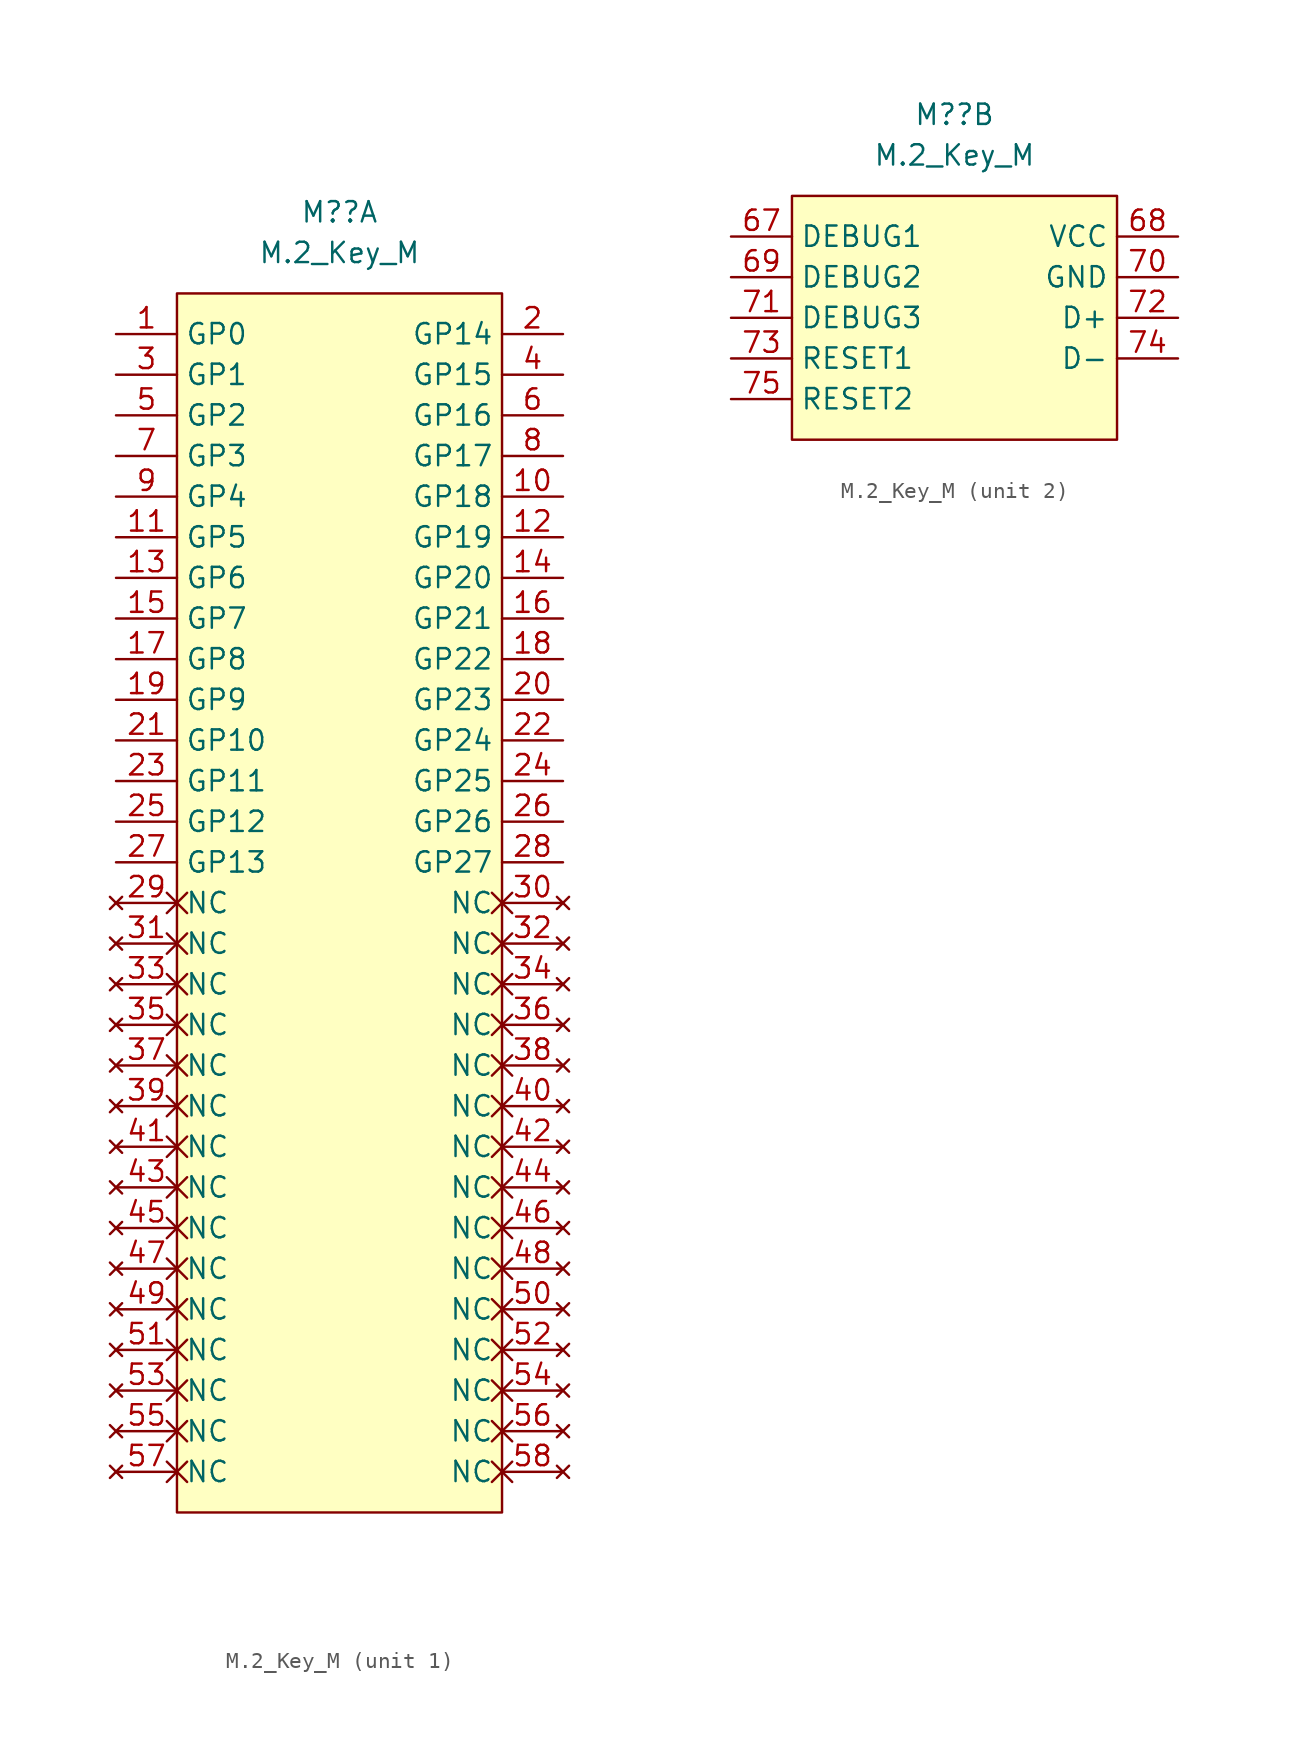
<source format=kicad_sym>
(kicad_symbol_lib
  (version 20211014)
  (generator kicad_symbol_editor)
  (symbol "M.2_Key_M"
    (property "Reference" "M?"
      (at 0 5.08 0)
      (effects (font (size 1.27 1.27))))
    (property "Value" "M.2_Key_M"
      (at 0 2.54 0)
      (effects (font (size 1.27 1.27))))
    (symbol "M.2_Key_M_1_1"
      (rectangle (start -10.16 0) (end 10.16 -76.2) (stroke (width 0.152) (type default) (color 0 0 0 0)) (fill (type background)))
      (pin passive line (at -13.97 -2.54 0) (length 3.81) (name "GP0" (effects (font (size 1.27 1.27)))) (number "1" (effects (font (size 1.27 1.27)))))
      (pin passive line (at 13.97 -12.7 180) (length 3.81) (name "GP18" (effects (font (size 1.27 1.27)))) (number "10" (effects (font (size 1.27 1.27)))))
      (pin passive line (at -13.97 -15.24 0) (length 3.81) (name "GP5" (effects (font (size 1.27 1.27)))) (number "11" (effects (font (size 1.27 1.27)))))
      (pin passive line (at 13.97 -15.24 180) (length 3.81) (name "GP19" (effects (font (size 1.27 1.27)))) (number "12" (effects (font (size 1.27 1.27)))))
      (pin passive line (at -13.97 -17.78 0) (length 3.81) (name "GP6" (effects (font (size 1.27 1.27)))) (number "13" (effects (font (size 1.27 1.27)))))
      (pin passive line (at 13.97 -17.78 180) (length 3.81) (name "GP20" (effects (font (size 1.27 1.27)))) (number "14" (effects (font (size 1.27 1.27)))))
      (pin passive line (at -13.97 -20.32 0) (length 3.81) (name "GP7" (effects (font (size 1.27 1.27)))) (number "15" (effects (font (size 1.27 1.27)))))
      (pin passive line (at 13.97 -20.32 180) (length 3.81) (name "GP21" (effects (font (size 1.27 1.27)))) (number "16" (effects (font (size 1.27 1.27)))))
      (pin passive line (at -13.97 -22.86 0) (length 3.81) (name "GP8" (effects (font (size 1.27 1.27)))) (number "17" (effects (font (size 1.27 1.27)))))
      (pin passive line (at 13.97 -22.86 180) (length 3.81) (name "GP22" (effects (font (size 1.27 1.27)))) (number "18" (effects (font (size 1.27 1.27)))))
      (pin passive line (at -13.97 -25.4 0) (length 3.81) (name "GP9" (effects (font (size 1.27 1.27)))) (number "19" (effects (font (size 1.27 1.27)))))
      (pin passive line (at 13.97 -2.54 180) (length 3.81) (name "GP14" (effects (font (size 1.27 1.27)))) (number "2" (effects (font (size 1.27 1.27)))))
      (pin passive line (at 13.97 -25.4 180) (length 3.81) (name "GP23" (effects (font (size 1.27 1.27)))) (number "20" (effects (font (size 1.27 1.27)))))
      (pin passive line (at -13.97 -27.94 0) (length 3.81) (name "GP10" (effects (font (size 1.27 1.27)))) (number "21" (effects (font (size 1.27 1.27)))))
      (pin passive line (at 13.97 -27.94 180) (length 3.81) (name "GP24" (effects (font (size 1.27 1.27)))) (number "22" (effects (font (size 1.27 1.27)))))
      (pin passive line (at -13.97 -30.48 0) (length 3.81) (name "GP11" (effects (font (size 1.27 1.27)))) (number "23" (effects (font (size 1.27 1.27)))))
      (pin passive line (at 13.97 -30.48 180) (length 3.81) (name "GP25" (effects (font (size 1.27 1.27)))) (number "24" (effects (font (size 1.27 1.27)))))
      (pin passive line (at -13.97 -33.02 0) (length 3.81) (name "GP12" (effects (font (size 1.27 1.27)))) (number "25" (effects (font (size 1.27 1.27)))))
      (pin passive line (at 13.97 -33.02 180) (length 3.81) (name "GP26" (effects (font (size 1.27 1.27)))) (number "26" (effects (font (size 1.27 1.27)))))
      (pin passive line (at -13.97 -35.56 0) (length 3.81) (name "GP13" (effects (font (size 1.27 1.27)))) (number "27" (effects (font (size 1.27 1.27)))))
      (pin passive line (at 13.97 -35.56 180) (length 3.81) (name "GP27" (effects (font (size 1.27 1.27)))) (number "28" (effects (font (size 1.27 1.27)))))
      (pin no_connect non_logic (at -13.97 -38.1 0) (length 3.81) (name "NC" (effects (font (size 1.27 1.27)))) (number "29" (effects (font (size 1.27 1.27)))))
      (pin passive line (at -13.97 -5.08 0) (length 3.81) (name "GP1" (effects (font (size 1.27 1.27)))) (number "3" (effects (font (size 1.27 1.27)))))
      (pin no_connect non_logic (at 13.97 -38.1 180) (length 3.81) (name "NC" (effects (font (size 1.27 1.27)))) (number "30" (effects (font (size 1.27 1.27)))))
      (pin no_connect non_logic (at -13.97 -40.64 0) (length 3.81) (name "NC" (effects (font (size 1.27 1.27)))) (number "31" (effects (font (size 1.27 1.27)))))
      (pin no_connect non_logic (at 13.97 -40.64 180) (length 3.81) (name "NC" (effects (font (size 1.27 1.27)))) (number "32" (effects (font (size 1.27 1.27)))))
      (pin no_connect non_logic (at -13.97 -43.18 0) (length 3.81) (name "NC" (effects (font (size 1.27 1.27)))) (number "33" (effects (font (size 1.27 1.27)))))
      (pin no_connect non_logic (at 13.97 -43.18 180) (length 3.81) (name "NC" (effects (font (size 1.27 1.27)))) (number "34" (effects (font (size 1.27 1.27)))))
      (pin no_connect non_logic (at -13.97 -45.72 0) (length 3.81) (name "NC" (effects (font (size 1.27 1.27)))) (number "35" (effects (font (size 1.27 1.27)))))
      (pin no_connect non_logic (at 13.97 -45.72 180) (length 3.81) (name "NC" (effects (font (size 1.27 1.27)))) (number "36" (effects (font (size 1.27 1.27)))))
      (pin no_connect non_logic (at -13.97 -48.26 0) (length 3.81) (name "NC" (effects (font (size 1.27 1.27)))) (number "37" (effects (font (size 1.27 1.27)))))
      (pin no_connect non_logic (at 13.97 -48.26 180) (length 3.81) (name "NC" (effects (font (size 1.27 1.27)))) (number "38" (effects (font (size 1.27 1.27)))))
      (pin no_connect non_logic (at -13.97 -50.8 0) (length 3.81) (name "NC" (effects (font (size 1.27 1.27)))) (number "39" (effects (font (size 1.27 1.27)))))
      (pin passive line (at 13.97 -5.08 180) (length 3.81) (name "GP15" (effects (font (size 1.27 1.27)))) (number "4" (effects (font (size 1.27 1.27)))))
      (pin no_connect non_logic (at 13.97 -50.8 180) (length 3.81) (name "NC" (effects (font (size 1.27 1.27)))) (number "40" (effects (font (size 1.27 1.27)))))
      (pin no_connect non_logic (at -13.97 -53.34 0) (length 3.81) (name "NC" (effects (font (size 1.27 1.27)))) (number "41" (effects (font (size 1.27 1.27)))))
      (pin no_connect non_logic (at 13.97 -53.34 180) (length 3.81) (name "NC" (effects (font (size 1.27 1.27)))) (number "42" (effects (font (size 1.27 1.27)))))
      (pin no_connect non_logic (at -13.97 -55.88 0) (length 3.81) (name "NC" (effects (font (size 1.27 1.27)))) (number "43" (effects (font (size 1.27 1.27)))))
      (pin no_connect non_logic (at 13.97 -55.88 180) (length 3.81) (name "NC" (effects (font (size 1.27 1.27)))) (number "44" (effects (font (size 1.27 1.27)))))
      (pin no_connect non_logic (at -13.97 -58.42 0) (length 3.81) (name "NC" (effects (font (size 1.27 1.27)))) (number "45" (effects (font (size 1.27 1.27)))))
      (pin no_connect non_logic (at 13.97 -58.42 180) (length 3.81) (name "NC" (effects (font (size 1.27 1.27)))) (number "46" (effects (font (size 1.27 1.27)))))
      (pin no_connect non_logic (at -13.97 -60.96 0) (length 3.81) (name "NC" (effects (font (size 1.27 1.27)))) (number "47" (effects (font (size 1.27 1.27)))))
      (pin no_connect non_logic (at 13.97 -60.96 180) (length 3.81) (name "NC" (effects (font (size 1.27 1.27)))) (number "48" (effects (font (size 1.27 1.27)))))
      (pin no_connect non_logic (at -13.97 -63.5 0) (length 3.81) (name "NC" (effects (font (size 1.27 1.27)))) (number "49" (effects (font (size 1.27 1.27)))))
      (pin passive line (at -13.97 -7.62 0) (length 3.81) (name "GP2" (effects (font (size 1.27 1.27)))) (number "5" (effects (font (size 1.27 1.27)))))
      (pin no_connect non_logic (at 13.97 -63.5 180) (length 3.81) (name "NC" (effects (font (size 1.27 1.27)))) (number "50" (effects (font (size 1.27 1.27)))))
      (pin no_connect non_logic (at -13.97 -66.04 0) (length 3.81) (name "NC" (effects (font (size 1.27 1.27)))) (number "51" (effects (font (size 1.27 1.27)))))
      (pin no_connect non_logic (at 13.97 -66.04 180) (length 3.81) (name "NC" (effects (font (size 1.27 1.27)))) (number "52" (effects (font (size 1.27 1.27)))))
      (pin no_connect non_logic (at -13.97 -68.58 0) (length 3.81) (name "NC" (effects (font (size 1.27 1.27)))) (number "53" (effects (font (size 1.27 1.27)))))
      (pin no_connect non_logic (at 13.97 -68.58 180) (length 3.81) (name "NC" (effects (font (size 1.27 1.27)))) (number "54" (effects (font (size 1.27 1.27)))))
      (pin no_connect non_logic (at -13.97 -71.12 0) (length 3.81) (name "NC" (effects (font (size 1.27 1.27)))) (number "55" (effects (font (size 1.27 1.27)))))
      (pin no_connect non_logic (at 13.97 -71.12 180) (length 3.81) (name "NC" (effects (font (size 1.27 1.27)))) (number "56" (effects (font (size 1.27 1.27)))))
      (pin no_connect non_logic (at -13.97 -73.66 0) (length 3.81) (name "NC" (effects (font (size 1.27 1.27)))) (number "57" (effects (font (size 1.27 1.27)))))
      (pin no_connect non_logic (at 13.97 -73.66 180) (length 3.81) (name "NC" (effects (font (size 1.27 1.27)))) (number "58" (effects (font (size 1.27 1.27)))))
      (pin passive line (at 13.97 -7.62 180) (length 3.81) (name "GP16" (effects (font (size 1.27 1.27)))) (number "6" (effects (font (size 1.27 1.27)))))
      (pin passive line (at -13.97 -10.16 0) (length 3.81) (name "GP3" (effects (font (size 1.27 1.27)))) (number "7" (effects (font (size 1.27 1.27)))))
      (pin passive line (at 13.97 -10.16 180) (length 3.81) (name "GP17" (effects (font (size 1.27 1.27)))) (number "8" (effects (font (size 1.27 1.27)))))
      (pin passive line (at -13.97 -12.7 0) (length 3.81) (name "GP4" (effects (font (size 1.27 1.27)))) (number "9" (effects (font (size 1.27 1.27))))))
    (symbol "M.2_Key_M_2_1"
      (rectangle (start -10.16 0) (end 10.16 -15.24) (stroke (width 0.152) (type default) (color 0 0 0 0)) (fill (type background)))
      (pin bidirectional line (at -13.97 -2.54 0) (length 3.81) (name "DEBUG1" (effects (font (size 1.27 1.27)))) (number "67" (effects (font (size 1.27 1.27)))))
      (pin output line (at 13.97 -2.54 180) (length 3.81) (name "VCC" (effects (font (size 1.27 1.27)))) (number "68" (effects (font (size 1.27 1.27)))))
      (pin bidirectional line (at -13.97 -5.08 0) (length 3.81) (name "DEBUG2" (effects (font (size 1.27 1.27)))) (number "69" (effects (font (size 1.27 1.27)))))
      (pin output line (at 13.97 -5.08 180) (length 3.81) (name "GND" (effects (font (size 1.27 1.27)))) (number "70" (effects (font (size 1.27 1.27)))))
      (pin bidirectional line (at -13.97 -7.62 0) (length 3.81) (name "DEBUG3" (effects (font (size 1.27 1.27)))) (number "71" (effects (font (size 1.27 1.27)))))
      (pin input line (at 13.97 -7.62 180) (length 3.81) (name "D+" (effects (font (size 1.27 1.27)))) (number "72" (effects (font (size 1.27 1.27)))))
      (pin power_in line (at -13.97 -10.16 0) (length 3.81) (name "RESET1" (effects (font (size 1.27 1.27)))) (number "73" (effects (font (size 1.27 1.27)))))
      (pin output line (at 13.97 -10.16 180) (length 3.81) (name "D-" (effects (font (size 1.27 1.27)))) (number "74" (effects (font (size 1.27 1.27)))))
      (pin power_in line (at -13.97 -12.7 0) (length 3.81) (name "RESET2" (effects (font (size 1.27 1.27)))) (number "75" (effects (font (size 1.27 1.27))))))))
</source>
